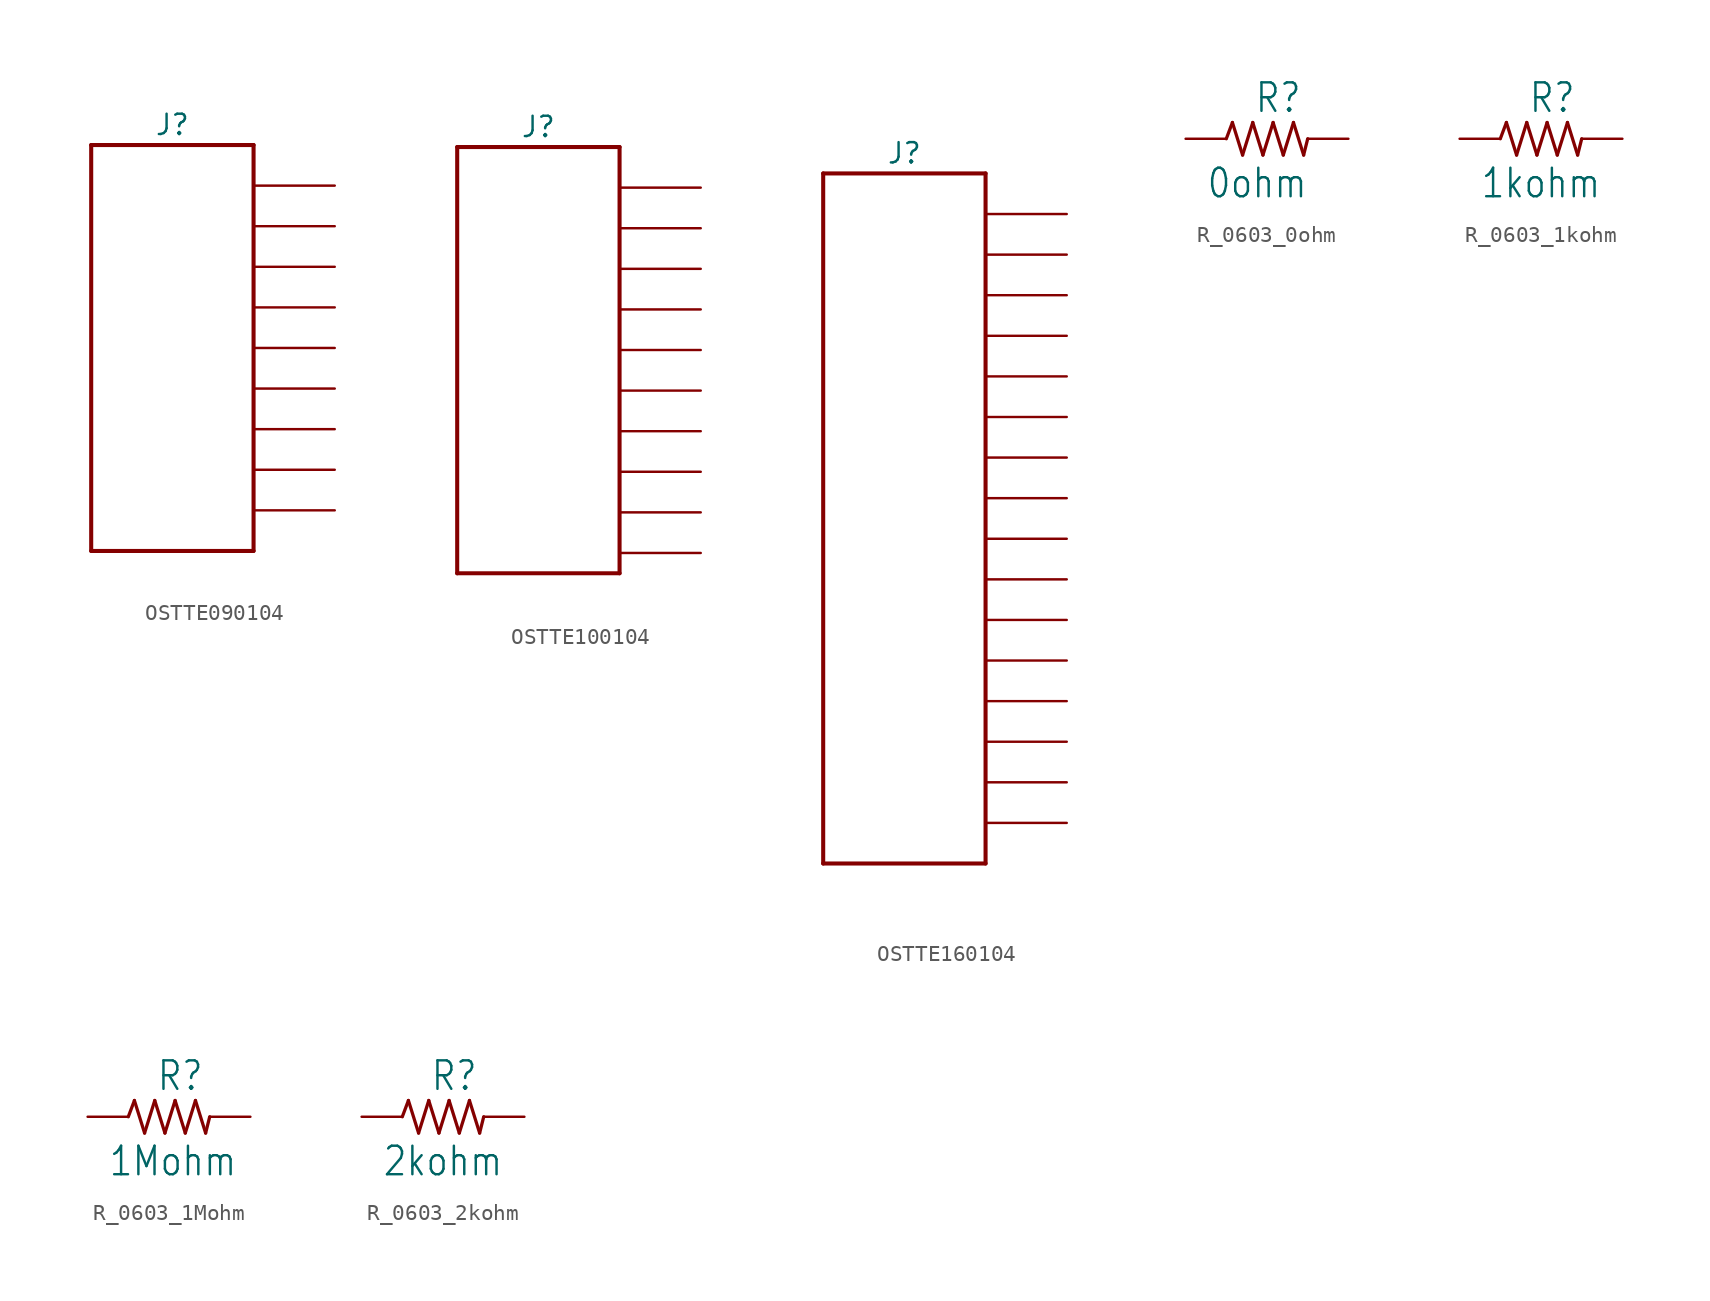
<source format=kicad_sym>
(kicad_symbol_lib
  (version 20220914)
  (generator kicad_symbol_editor)
  (symbol "OSTTE090104"
    (pin_numbers hide)
    (pin_names hide)
    (property "Reference" "J"
      (at 0 12.7 0)
      (effects (font (size 1.27 1.27))))
    (symbol "OSTTE090104_1_0"
      (polyline (pts (xy -5.08 -13.97) (xy 5.08 -13.97)) (stroke (width 0.254) (type solid)) (fill (type none)))
      (polyline (pts (xy -5.08 11.43) (xy -5.08 -13.97)) (stroke (width 0.254) (type solid)) (fill (type none)))
      (polyline (pts (xy 5.08 -13.97) (xy 5.08 11.43)) (stroke (width 0.254) (type solid)) (fill (type none)))
      (polyline (pts (xy 5.08 11.43) (xy -5.08 11.43)) (stroke (width 0.254) (type solid)) (fill (type none)))
      (pin passive line (at 10.16 8.89 180) (length 5.08) (name "1" (effects (font (size 1.27 1.27)))) (number "1" (effects (font (size 1.27 1.27)))))
      (pin passive line (at 10.16 6.35 180) (length 5.08) (name "2" (effects (font (size 1.27 1.27)))) (number "2" (effects (font (size 1.27 1.27)))))
      (pin passive line (at 10.16 3.81 180) (length 5.08) (name "3" (effects (font (size 1.27 1.27)))) (number "3" (effects (font (size 1.27 1.27)))))
      (pin passive line (at 10.16 1.27 180) (length 5.08) (name "4" (effects (font (size 1.27 1.27)))) (number "4" (effects (font (size 1.27 1.27)))))
      (pin passive line (at 10.16 -1.27 180) (length 5.08) (name "5" (effects (font (size 1.27 1.27)))) (number "5" (effects (font (size 1.27 1.27)))))
      (pin passive line (at 10.16 -3.81 180) (length 5.08) (name "6" (effects (font (size 1.27 1.27)))) (number "6" (effects (font (size 1.27 1.27)))))
      (pin passive line (at 10.16 -6.35 180) (length 5.08) (name "7" (effects (font (size 1.27 1.27)))) (number "7" (effects (font (size 1.27 1.27)))))
      (pin passive line (at 10.16 -8.89 180) (length 5.08) (name "8" (effects (font (size 1.27 1.27)))) (number "8" (effects (font (size 1.27 1.27)))))
      (pin passive line (at 10.16 -11.43 180) (length 5.08) (name "9" (effects (font (size 1.27 1.27)))) (number "9" (effects (font (size 1.27 1.27)))))))
  (symbol "OSTTE100104"
    (pin_numbers hide)
    (pin_names hide)
    (property "Reference" "J"
      (at 0 12.7 0)
      (effects (font (size 1.27 1.27))))
    (symbol "OSTTE100104_1_0"
      (polyline (pts (xy -5.08 -15.24) (xy 5.08 -15.24)) (stroke (width 0.254) (type solid)) (fill (type none)))
      (polyline (pts (xy -5.08 11.43) (xy -5.08 -15.24)) (stroke (width 0.254) (type solid)) (fill (type none)))
      (polyline (pts (xy 5.08 -15.24) (xy 5.08 11.43)) (stroke (width 0.254) (type solid)) (fill (type none)))
      (polyline (pts (xy 5.08 11.43) (xy -5.08 11.43)) (stroke (width 0.254) (type solid)) (fill (type none)))
      (pin passive line (at 10.16 8.89 180) (length 5.08) (name "1" (effects (font (size 1.27 1.27)))) (number "1" (effects (font (size 1.27 1.27)))))
      (pin passive line (at 10.16 -13.97 180) (length 5.08) (name "10" (effects (font (size 1.27 1.27)))) (number "10" (effects (font (size 1.27 1.27)))))
      (pin passive line (at 10.16 6.35 180) (length 5.08) (name "2" (effects (font (size 1.27 1.27)))) (number "2" (effects (font (size 1.27 1.27)))))
      (pin passive line (at 10.16 3.81 180) (length 5.08) (name "3" (effects (font (size 1.27 1.27)))) (number "3" (effects (font (size 1.27 1.27)))))
      (pin passive line (at 10.16 1.27 180) (length 5.08) (name "4" (effects (font (size 1.27 1.27)))) (number "4" (effects (font (size 1.27 1.27)))))
      (pin passive line (at 10.16 -1.27 180) (length 5.08) (name "5" (effects (font (size 1.27 1.27)))) (number "5" (effects (font (size 1.27 1.27)))))
      (pin passive line (at 10.16 -3.81 180) (length 5.08) (name "6" (effects (font (size 1.27 1.27)))) (number "6" (effects (font (size 1.27 1.27)))))
      (pin passive line (at 10.16 -6.35 180) (length 5.08) (name "7" (effects (font (size 1.27 1.27)))) (number "7" (effects (font (size 1.27 1.27)))))
      (pin passive line (at 10.16 -8.89 180) (length 5.08) (name "8" (effects (font (size 1.27 1.27)))) (number "8" (effects (font (size 1.27 1.27)))))
      (pin passive line (at 10.16 -11.43 180) (length 5.08) (name "9" (effects (font (size 1.27 1.27)))) (number "9" (effects (font (size 1.27 1.27)))))))
  (symbol "OSTTE160104"
    (pin_numbers hide)
    (pin_names hide)
    (property "Reference" "J"
      (at 0 19.05 0)
      (effects (font (size 1.27 1.27))))
    (symbol "OSTTE160104_1_0"
      (polyline (pts (xy -5.08 -25.4) (xy 5.08 -25.4)) (stroke (width 0.254) (type solid)) (fill (type none)))
      (polyline (pts (xy -5.08 17.78) (xy -5.08 -25.4)) (stroke (width 0.254) (type solid)) (fill (type none)))
      (polyline (pts (xy 5.08 -25.4) (xy 5.08 17.78)) (stroke (width 0.254) (type solid)) (fill (type none)))
      (polyline (pts (xy 5.08 17.78) (xy -5.08 17.78)) (stroke (width 0.254) (type solid)) (fill (type none)))
      (pin passive line (at 10.16 15.24 180) (length 5.08) (name "1" (effects (font (size 1.27 1.27)))) (number "1" (effects (font (size 1.27 1.27)))))
      (pin passive line (at 10.16 -7.62 180) (length 5.08) (name "10" (effects (font (size 1.27 1.27)))) (number "10" (effects (font (size 1.27 1.27)))))
      (pin passive line (at 10.16 -10.16 180) (length 5.08) (name "11" (effects (font (size 1.27 1.27)))) (number "11" (effects (font (size 1.27 1.27)))))
      (pin passive line (at 10.16 -12.7 180) (length 5.08) (name "12" (effects (font (size 1.27 1.27)))) (number "12" (effects (font (size 1.27 1.27)))))
      (pin passive line (at 10.16 -15.24 180) (length 5.08) (name "13" (effects (font (size 1.27 1.27)))) (number "13" (effects (font (size 1.27 1.27)))))
      (pin passive line (at 10.16 -17.78 180) (length 5.08) (name "14" (effects (font (size 1.27 1.27)))) (number "14" (effects (font (size 1.27 1.27)))))
      (pin passive line (at 10.16 -20.32 180) (length 5.08) (name "15" (effects (font (size 1.27 1.27)))) (number "15" (effects (font (size 1.27 1.27)))))
      (pin passive line (at 10.16 -22.86 180) (length 5.08) (name "16" (effects (font (size 1.27 1.27)))) (number "16" (effects (font (size 1.27 1.27)))))
      (pin passive line (at 10.16 12.7 180) (length 5.08) (name "2" (effects (font (size 1.27 1.27)))) (number "2" (effects (font (size 1.27 1.27)))))
      (pin passive line (at 10.16 10.16 180) (length 5.08) (name "3" (effects (font (size 1.27 1.27)))) (number "3" (effects (font (size 1.27 1.27)))))
      (pin passive line (at 10.16 7.62 180) (length 5.08) (name "4" (effects (font (size 1.27 1.27)))) (number "4" (effects (font (size 1.27 1.27)))))
      (pin passive line (at 10.16 5.08 180) (length 5.08) (name "5" (effects (font (size 1.27 1.27)))) (number "5" (effects (font (size 1.27 1.27)))))
      (pin passive line (at 10.16 2.54 180) (length 5.08) (name "6" (effects (font (size 1.27 1.27)))) (number "6" (effects (font (size 1.27 1.27)))))
      (pin passive line (at 10.16 0 180) (length 5.08) (name "7" (effects (font (size 1.27 1.27)))) (number "7" (effects (font (size 1.27 1.27)))))
      (pin passive line (at 10.16 -2.54 180) (length 5.08) (name "8" (effects (font (size 1.27 1.27)))) (number "8" (effects (font (size 1.27 1.27)))))
      (pin passive line (at 10.16 -5.08 180) (length 5.08) (name "9" (effects (font (size 1.27 1.27)))) (number "9" (effects (font (size 1.27 1.27)))))))
  (symbol "R_0603_0ohm"
    (pin_numbers hide)
    (pin_names hide)
    (property "Reference" "R"
      (at -0.805 1.519 0)
      (effects (font (size 1.778 1.511)) (justify left bottom)))
    (property "Value" "0ohm"
      (at -3.81 -3.81 0)
      (effects (font (size 1.778 1.511)) (justify left bottom)))
    (symbol "R_0603_0ohm_1_0"
      (polyline (pts (xy -2.54 0) (xy -2.159 1.016)) (stroke (width 0.203) (type solid)) (fill (type none)))
      (polyline (pts (xy -2.159 1.016) (xy -1.524 -1.016)) (stroke (width 0.203) (type solid)) (fill (type none)))
      (polyline (pts (xy -1.524 -1.016) (xy -0.889 1.016)) (stroke (width 0.203) (type solid)) (fill (type none)))
      (polyline (pts (xy -0.889 1.016) (xy -0.254 -1.016)) (stroke (width 0.203) (type solid)) (fill (type none)))
      (polyline (pts (xy -0.254 -1.016) (xy 0.381 1.016)) (stroke (width 0.203) (type solid)) (fill (type none)))
      (polyline (pts (xy 0.381 1.016) (xy 1.016 -1.016)) (stroke (width 0.203) (type solid)) (fill (type none)))
      (polyline (pts (xy 1.016 -1.016) (xy 1.651 1.016)) (stroke (width 0.203) (type solid)) (fill (type none)))
      (polyline (pts (xy 1.651 1.016) (xy 2.286 -1.016)) (stroke (width 0.203) (type solid)) (fill (type none)))
      (polyline (pts (xy 2.286 -1.016) (xy 2.54 0)) (stroke (width 0.203) (type solid)) (fill (type none)))
      (pin passive line (at -5.08 0 0) (length 2.54) (name "1" (effects (font (size 0 0)))) (number "1" (effects (font (size 0 0)))))
      (pin passive line (at 5.08 0 180) (length 2.54) (name "2" (effects (font (size 0 0)))) (number "2" (effects (font (size 0 0)))))))
  (symbol "R_0603_1kohm"
    (pin_numbers hide)
    (pin_names hide)
    (property "Reference" "R"
      (at -0.805 1.519 0)
      (effects (font (size 1.778 1.511)) (justify left bottom)))
    (property "Value" "1kohm"
      (at -3.81 -3.81 0)
      (effects (font (size 1.778 1.511)) (justify left bottom)))
    (symbol "R_0603_1kohm_1_0"
      (polyline (pts (xy -2.54 0) (xy -2.159 1.016)) (stroke (width 0.203) (type solid)) (fill (type none)))
      (polyline (pts (xy -2.159 1.016) (xy -1.524 -1.016)) (stroke (width 0.203) (type solid)) (fill (type none)))
      (polyline (pts (xy -1.524 -1.016) (xy -0.889 1.016)) (stroke (width 0.203) (type solid)) (fill (type none)))
      (polyline (pts (xy -0.889 1.016) (xy -0.254 -1.016)) (stroke (width 0.203) (type solid)) (fill (type none)))
      (polyline (pts (xy -0.254 -1.016) (xy 0.381 1.016)) (stroke (width 0.203) (type solid)) (fill (type none)))
      (polyline (pts (xy 0.381 1.016) (xy 1.016 -1.016)) (stroke (width 0.203) (type solid)) (fill (type none)))
      (polyline (pts (xy 1.016 -1.016) (xy 1.651 1.016)) (stroke (width 0.203) (type solid)) (fill (type none)))
      (polyline (pts (xy 1.651 1.016) (xy 2.286 -1.016)) (stroke (width 0.203) (type solid)) (fill (type none)))
      (polyline (pts (xy 2.286 -1.016) (xy 2.54 0)) (stroke (width 0.203) (type solid)) (fill (type none)))
      (pin passive line (at -5.08 0 0) (length 2.54) (name "1" (effects (font (size 0 0)))) (number "1" (effects (font (size 0 0)))))
      (pin passive line (at 5.08 0 180) (length 2.54) (name "2" (effects (font (size 0 0)))) (number "2" (effects (font (size 0 0)))))))
  (symbol "R_0603_1Mohm"
    (pin_numbers hide)
    (pin_names hide)
    (property "Reference" "R"
      (at -0.805 1.519 0)
      (effects (font (size 1.778 1.511)) (justify left bottom)))
    (property "Value" "1Mohm"
      (at -3.81 -3.81 0)
      (effects (font (size 1.778 1.511)) (justify left bottom)))
    (symbol "R_0603_1Mohm_1_0"
      (polyline (pts (xy -2.54 0) (xy -2.159 1.016)) (stroke (width 0.203) (type solid)) (fill (type none)))
      (polyline (pts (xy -2.159 1.016) (xy -1.524 -1.016)) (stroke (width 0.203) (type solid)) (fill (type none)))
      (polyline (pts (xy -1.524 -1.016) (xy -0.889 1.016)) (stroke (width 0.203) (type solid)) (fill (type none)))
      (polyline (pts (xy -0.889 1.016) (xy -0.254 -1.016)) (stroke (width 0.203) (type solid)) (fill (type none)))
      (polyline (pts (xy -0.254 -1.016) (xy 0.381 1.016)) (stroke (width 0.203) (type solid)) (fill (type none)))
      (polyline (pts (xy 0.381 1.016) (xy 1.016 -1.016)) (stroke (width 0.203) (type solid)) (fill (type none)))
      (polyline (pts (xy 1.016 -1.016) (xy 1.651 1.016)) (stroke (width 0.203) (type solid)) (fill (type none)))
      (polyline (pts (xy 1.651 1.016) (xy 2.286 -1.016)) (stroke (width 0.203) (type solid)) (fill (type none)))
      (polyline (pts (xy 2.286 -1.016) (xy 2.54 0)) (stroke (width 0.203) (type solid)) (fill (type none)))
      (pin passive line (at -5.08 0 0) (length 2.54) (name "1" (effects (font (size 0 0)))) (number "1" (effects (font (size 0 0)))))
      (pin passive line (at 5.08 0 180) (length 2.54) (name "2" (effects (font (size 0 0)))) (number "2" (effects (font (size 0 0)))))))
  (symbol "R_0603_2kohm"
    (pin_numbers hide)
    (pin_names hide)
    (property "Reference" "R"
      (at -0.805 1.519 0)
      (effects (font (size 1.778 1.511)) (justify left bottom)))
    (property "Value" "2kohm"
      (at -3.81 -3.81 0)
      (effects (font (size 1.778 1.511)) (justify left bottom)))
    (symbol "R_0603_2kohm_1_0"
      (polyline (pts (xy -2.54 0) (xy -2.159 1.016)) (stroke (width 0.203) (type solid)) (fill (type none)))
      (polyline (pts (xy -2.159 1.016) (xy -1.524 -1.016)) (stroke (width 0.203) (type solid)) (fill (type none)))
      (polyline (pts (xy -1.524 -1.016) (xy -0.889 1.016)) (stroke (width 0.203) (type solid)) (fill (type none)))
      (polyline (pts (xy -0.889 1.016) (xy -0.254 -1.016)) (stroke (width 0.203) (type solid)) (fill (type none)))
      (polyline (pts (xy -0.254 -1.016) (xy 0.381 1.016)) (stroke (width 0.203) (type solid)) (fill (type none)))
      (polyline (pts (xy 0.381 1.016) (xy 1.016 -1.016)) (stroke (width 0.203) (type solid)) (fill (type none)))
      (polyline (pts (xy 1.016 -1.016) (xy 1.651 1.016)) (stroke (width 0.203) (type solid)) (fill (type none)))
      (polyline (pts (xy 1.651 1.016) (xy 2.286 -1.016)) (stroke (width 0.203) (type solid)) (fill (type none)))
      (polyline (pts (xy 2.286 -1.016) (xy 2.54 0)) (stroke (width 0.203) (type solid)) (fill (type none)))
      (pin passive line (at -5.08 0 0) (length 2.54) (name "1" (effects (font (size 0 0)))) (number "1" (effects (font (size 0 0)))))
      (pin passive line (at 5.08 0 180) (length 2.54) (name "2" (effects (font (size 0 0)))) (number "2" (effects (font (size 0 0))))))))
</source>
